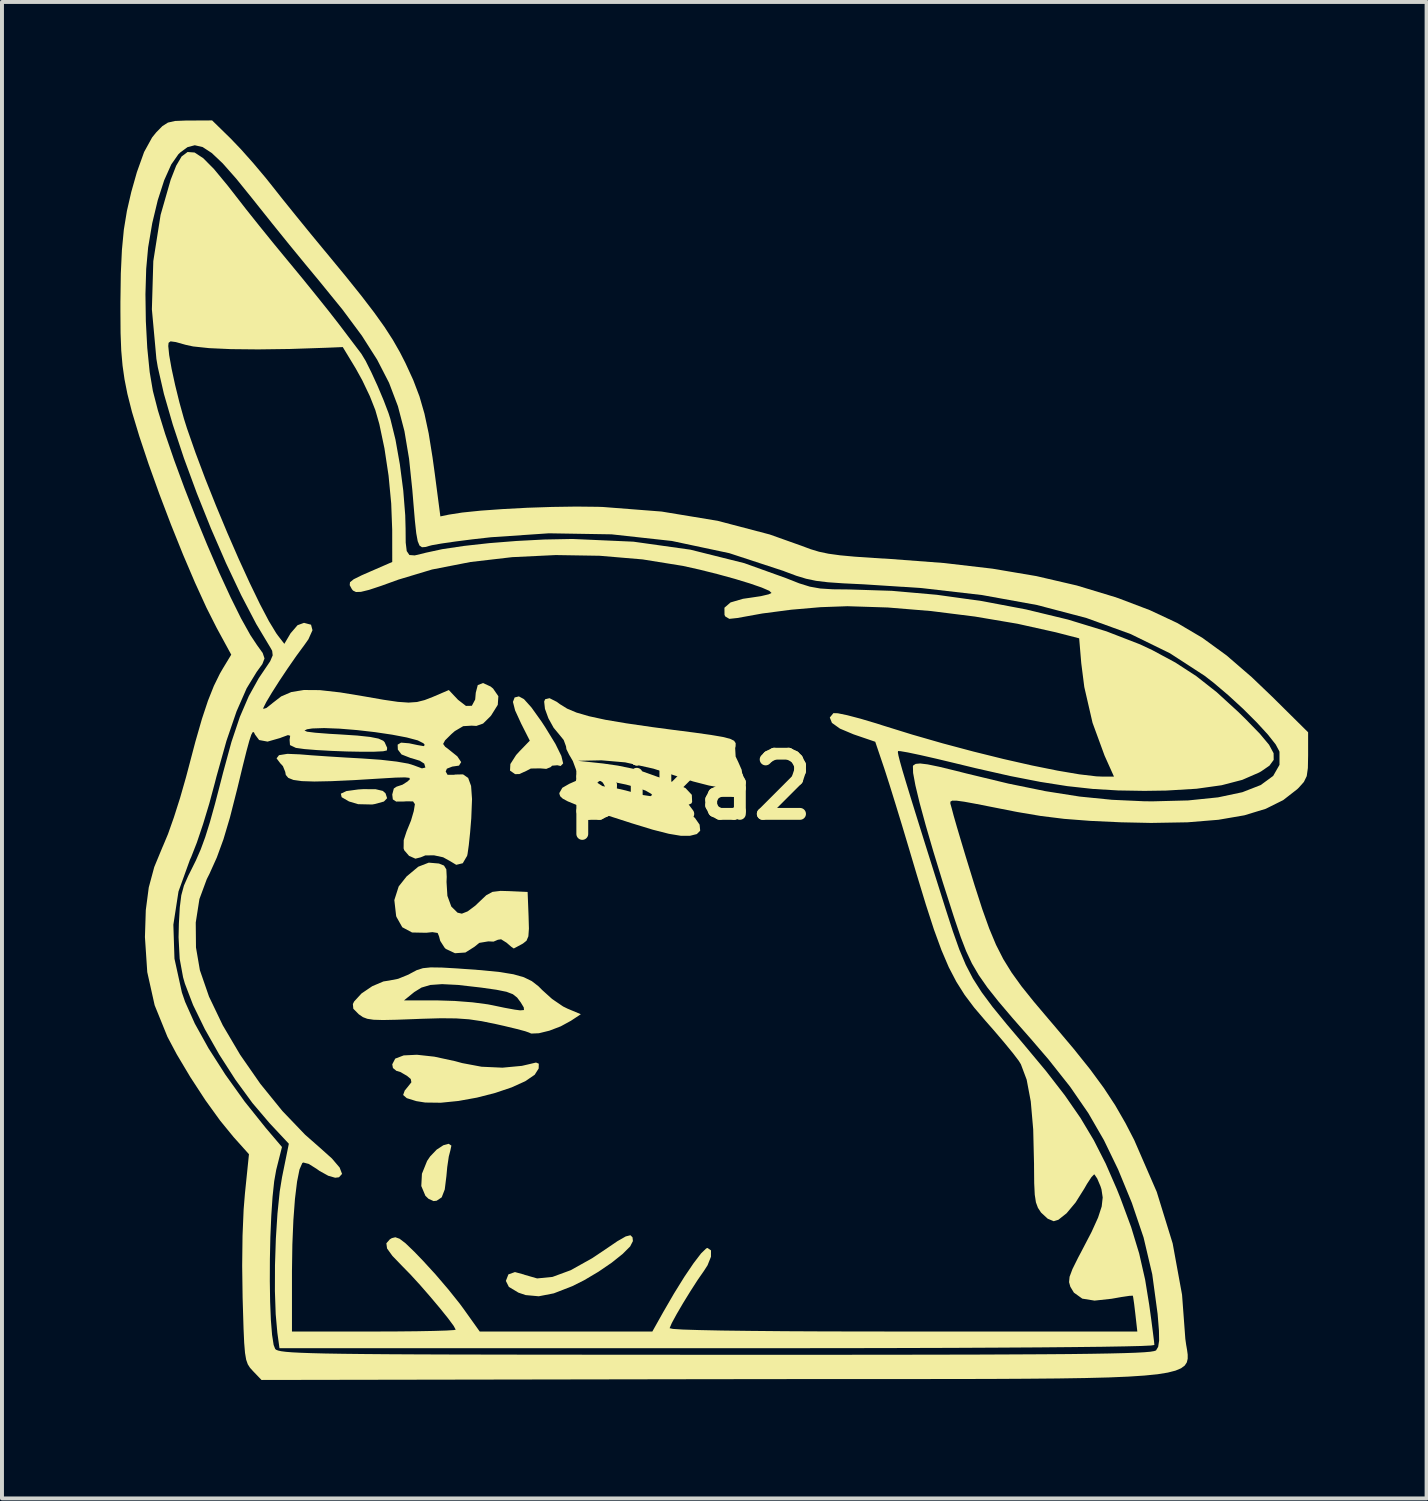
<source format=kicad_pcb>
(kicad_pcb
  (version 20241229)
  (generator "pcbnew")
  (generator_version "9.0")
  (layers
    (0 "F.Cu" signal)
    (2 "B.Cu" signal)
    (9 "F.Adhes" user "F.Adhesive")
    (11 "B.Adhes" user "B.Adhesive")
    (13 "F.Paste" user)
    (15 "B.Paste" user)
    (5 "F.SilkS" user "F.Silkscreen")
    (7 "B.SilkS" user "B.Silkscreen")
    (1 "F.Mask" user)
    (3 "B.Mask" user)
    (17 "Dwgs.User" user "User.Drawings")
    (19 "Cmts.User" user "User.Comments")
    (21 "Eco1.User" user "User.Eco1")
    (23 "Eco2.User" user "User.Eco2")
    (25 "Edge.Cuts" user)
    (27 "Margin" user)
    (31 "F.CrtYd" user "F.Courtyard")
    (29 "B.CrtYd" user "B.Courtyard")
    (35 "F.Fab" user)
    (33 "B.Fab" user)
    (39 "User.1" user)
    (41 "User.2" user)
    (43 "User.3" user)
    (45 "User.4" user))
  (footprint "pika2"
    (layer "F.Cu")
    (at 14.42 16.875)
    (property "Reference" "pika2" (at 0 0 0) (layer "F.SilkS") (effects (font (size 1.524 1.524) (thickness 0.3))))
    (attr board_only exclude_from_pos_files exclude_from_bom)
    (fp_poly (pts (xy -7.955 0.065) (xy -7.773 0.108) (xy -7.705 0.169) (xy -7.665 0.293) (xy -7.746 0.377) (xy -7.97 0.439) (xy -8.043 0.452) (xy -8.399 0.444) (xy -8.63 0.375) (xy -8.816 0.267) (xy -8.837 0.178) (xy -8.696 0.112) (xy -8.397 0.071) (xy -8.269 0.063)) (stroke (width 0) (type solid)) (fill yes) (layer "F.SilkS"))
    (fp_poly (pts (xy -6.037 9.092) (xy -6.061 9.207) (xy -6.103 9.37) (xy -6.142 9.635) (xy -6.163 9.864) (xy -6.205 10.203) (xy -6.282 10.402) (xy -6.41 10.488) (xy -6.488 10.497) (xy -6.615 10.44) (xy -6.695 10.364) (xy -6.799 10.116) (xy -6.783 9.805) (xy -6.652 9.48) (xy -6.574 9.365) (xy -6.409 9.193) (xy -6.241 9.083) (xy -6.105 9.046)) (stroke (width 0) (type solid)) (fill yes) (layer "F.SilkS"))
    (fp_poly (pts (xy -1.449 11.415) (xy -1.439 11.51) (xy -1.509 11.646) (xy -1.699 11.836) (xy -1.976 12.057) (xy -2.311 12.286) (xy -2.671 12.5) (xy -2.974 12.652) (xy -3.443 12.834) (xy -3.824 12.908) (xy -4.156 12.878) (xy -4.339 12.816) (xy -4.581 12.671) (xy -4.657 12.519) (xy -4.593 12.354) (xy -4.427 12.295) (xy -4.199 12.357) (xy -4.188 12.363) (xy -3.865 12.456) (xy -3.477 12.418) (xy -3.015 12.248) (xy -2.469 11.943) (xy -2.148 11.728) (xy -1.829 11.511) (xy -1.621 11.392) (xy -1.502 11.362)) (stroke (width 0) (type solid)) (fill yes) (layer "F.SilkS"))
    (fp_poly (pts (xy -4.199 -2.217) (xy -4.011 -2.008) (xy -3.756 -1.652) (xy -3.66 -1.505) (xy -3.402 -1.084) (xy -3.251 -0.777) (xy -3.206 -0.589) (xy -3.269 -0.523) (xy -3.353 -0.542) (xy -3.486 -0.531) (xy -3.52 -0.497) (xy -3.633 -0.45) (xy -3.787 -0.463) (xy -4.025 -0.459) (xy -4.137 -0.4) (xy -4.316 -0.319) (xy -4.424 -0.317) (xy -4.552 -0.407) (xy -4.543 -0.573) (xy -4.398 -0.8) (xy -4.311 -0.896) (xy -4.051 -1.165) (xy -4.269 -1.596) (xy -4.423 -1.931) (xy -4.478 -2.147) (xy -4.435 -2.259) (xy -4.327 -2.286)) (stroke (width 0) (type solid)) (fill yes) (layer "F.SilkS"))
    (fp_poly (pts (xy -6.469 6.839) (xy -5.943 6.953) (xy -5.762 7.002) (xy -5.273 7.094) (xy -4.743 7.118) (xy -4.252 7.072) (xy -4.079 7.032) (xy -3.893 6.988) (xy -3.823 7.017) (xy -3.826 7.136) (xy -3.826 7.138) (xy -3.927 7.298) (xy -4.166 7.461) (xy -4.51 7.617) (xy -4.928 7.758) (xy -5.388 7.876) (xy -5.858 7.961) (xy -6.305 8.006) (xy -6.7 8.001) (xy -6.926 7.965) (xy -7.167 7.89) (xy -7.259 7.81) (xy -7.219 7.698) (xy -7.154 7.619) (xy -7.05 7.488) (xy -7.066 7.405) (xy -7.161 7.325) (xy -7.331 7.227) (xy -7.429 7.199) (xy -7.517 7.127) (xy -7.535 7.034) (xy -7.46 6.889) (xy -7.245 6.807) (xy -6.909 6.791)) (stroke (width 0) (type solid)) (fill yes) (layer "F.SilkS"))
    (fp_poly (pts (xy -6.352 1.947) (xy -6.224 1.999) (xy -6.165 2.095) (xy -6.155 2.286) (xy -6.16 2.414) (xy -6.138 2.766) (xy -6.039 3.037) (xy -5.881 3.192) (xy -5.772 3.217) (xy -5.627 3.16) (xy -5.431 3.014) (xy -5.334 2.921) (xy -5.153 2.75) (xy -4.996 2.665) (xy -4.791 2.64) (xy -4.577 2.646) (xy -4.106 2.667) (xy -4.082 3.276) (xy -4.073 3.596) (xy -4.087 3.79) (xy -4.134 3.902) (xy -4.223 3.973) (xy -4.251 3.989) (xy -4.4 4.069) (xy -4.457 4.099) (xy -4.521 4.055) (xy -4.639 3.953) (xy -4.778 3.866) (xy -4.858 3.878) (xy -4.969 3.925) (xy -5.102 3.919) (xy -5.33 3.957) (xy -5.455 4.058) (xy -5.682 4.201) (xy -5.945 4.219) (xy -6.177 4.111) (xy -6.21 4.078) (xy -6.32 3.906) (xy -6.35 3.79) (xy -6.385 3.706) (xy -6.517 3.685) (xy -6.676 3.701) (xy -7.033 3.694) (xy -7.281 3.561) (xy -7.43 3.296) (xy -7.437 3.269) (xy -7.482 2.873) (xy -7.372 2.528) (xy -7.171 2.274) (xy -6.876 2.028) (xy -6.61 1.925)) (stroke (width 0) (type solid)) (fill yes) (layer "F.SilkS"))
    (fp_poly (pts (xy -6.278 4.582) (xy -5.896 4.604) (xy -5.286 4.648) (xy -4.818 4.695) (xy -4.466 4.752) (xy -4.202 4.827) (xy -4.001 4.925) (xy -3.834 5.054) (xy -3.736 5.152) (xy -3.486 5.378) (xy -3.207 5.568) (xy -3.093 5.624) (xy -2.758 5.764) (xy -3.009 5.93) (xy -3.267 6.071) (xy -3.555 6.181) (xy -3.821 6.246) (xy -4.015 6.254) (xy -4.073 6.228) (xy -4.167 6.195) (xy -4.388 6.136) (xy -4.7 6.061) (xy -4.913 6.013) (xy -5.271 5.94) (xy -5.59 5.893) (xy -5.917 5.87) (xy -6.303 5.866) (xy -6.796 5.88) (xy -6.943 5.886) (xy -7.426 5.904) (xy -7.771 5.911) (xy -8.008 5.904) (xy -8.167 5.88) (xy -8.278 5.838) (xy -8.372 5.773) (xy -8.382 5.766) (xy -8.521 5.625) (xy -8.532 5.506) (xy -8.501 5.443) (xy -8.475 5.414) (xy -7.237 5.414) (xy -6.391 5.414) (xy -5.95 5.428) (xy -5.5 5.463) (xy -5.114 5.514) (xy -4.995 5.537) (xy -4.689 5.601) (xy -4.433 5.648) (xy -4.295 5.666) (xy -4.198 5.658) (xy -4.204 5.591) (xy -4.281 5.464) (xy -4.372 5.342) (xy -4.48 5.257) (xy -4.641 5.196) (xy -4.892 5.145) (xy -5.27 5.091) (xy -5.338 5.083) (xy -5.873 5.022) (xy -6.273 5.002) (xy -6.57 5.023) (xy -6.794 5.089) (xy -6.976 5.202) (xy -6.984 5.208) (xy -7.237 5.414) (xy -8.475 5.414) (xy -8.313 5.238) (xy -8.041 5.054) (xy -7.759 4.934) (xy -7.612 4.911) (xy -7.386 4.867) (xy -7.124 4.76) (xy -7.068 4.729) (xy -6.913 4.647) (xy -6.758 4.598) (xy -6.561 4.578)) (stroke (width 0) (type solid)) (fill yes) (layer "F.SilkS"))
    (fp_poly (pts (xy -3.369 -2.149) (xy -3.284 -2.087) (xy -3.105 -1.976) (xy -2.867 -1.876) (xy -2.551 -1.784) (xy -2.137 -1.694) (xy -1.605 -1.604) (xy -0.936 -1.507) (xy -0.447 -1.442) (xy 0.12 -1.369) (xy 0.539 -1.31) (xy 0.832 -1.26) (xy 1.02 -1.213) (xy 1.124 -1.162) (xy 1.164 -1.101) (xy 1.162 -1.024) (xy 1.151 -0.976) (xy 1.163 -0.762) (xy 1.227 -0.628) (xy 1.315 -0.428) (xy 1.352 -0.184) (xy 1.355 0.097) (xy 0.868 0.039) (xy 0.489 -0.028) (xy 0.085 -0.132) (xy -0.085 -0.187) (xy -0.92 -0.456) (xy -1.634 -0.615) (xy -2.235 -0.667) (xy -2.28 -0.666) (xy -2.836 -0.655) (xy -2.197 -0.587) (xy -1.821 -0.533) (xy -1.454 -0.458) (xy -1.181 -0.38) (xy -0.854 -0.263) (xy -0.498 -0.138) (xy -0.403 -0.105) (xy -0.106 0.037) (xy 0.053 0.207) (xy 0.061 0.387) (xy 0.041 0.426) (xy -0.074 0.477) (xy -0.176 0.463) (xy -0.316 0.437) (xy -0.32 0.479) (xy -0.199 0.571) (xy -0.08 0.637) (xy 0.129 0.789) (xy 0.25 0.962) (xy 0.265 1.116) (xy 0.18 1.201) (xy 0.005 1.245) (xy -0.223 1.245) (xy -0.529 1.194) (xy -0.937 1.09) (xy -1.473 0.926) (xy -1.566 0.896) (xy -2.14 0.711) (xy -2.572 0.567) (xy -2.882 0.457) (xy -3.09 0.372) (xy -3.216 0.304) (xy -3.28 0.244) (xy -3.301 0.184) (xy -3.302 0.161) (xy -3.227 0.029) (xy -3.052 -0.071) (xy -2.985 -0.101) (xy -2.338 -0.101) (xy -2.334 -0.094) (xy -2.211 -0.015) (xy -2.091 0.007) (xy -1.896 0.034) (xy -1.628 0.095) (xy -1.524 0.123) (xy -1.18 0.213) (xy -0.991 0.241) (xy -0.952 0.209) (xy -0.978 0.18) (xy -1.118 0.1) (xy -1.343 0.019) (xy -1.614 -0.053) (xy -1.89 -0.11) (xy -2.129 -0.142) (xy -2.292 -0.142) (xy -2.338 -0.101) (xy -2.985 -0.101) (xy -2.887 -0.144) (xy -2.841 -0.245) (xy -2.881 -0.433) (xy -2.96 -0.648) (xy -3.043 -0.791) (xy -3.047 -0.794) (xy -3.124 -0.951) (xy -3.133 -1.02) (xy -3.192 -1.181) (xy -3.29 -1.302) (xy -3.447 -1.491) (xy -3.58 -1.732) (xy -3.667 -1.971) (xy -3.687 -2.155) (xy -3.662 -2.214) (xy -3.551 -2.241)) (stroke (width 0) (type solid)) (fill yes) (layer "F.SilkS"))
    (fp_poly (pts (xy -11.628 -16.417) (xy -11.366 -16.143) (xy -11.053 -15.791) (xy -10.739 -15.418) (xy -10.597 -15.24) (xy -10.324 -14.895) (xy -9.983 -14.472) (xy -9.616 -14.021) (xy -9.263 -13.593) (xy -9.224 -13.547) (xy -8.722 -12.938) (xy -8.317 -12.433) (xy -7.993 -12.01) (xy -7.732 -11.645) (xy -7.52 -11.317) (xy -7.34 -11.002) (xy -7.202 -10.732) (xy -7.003 -10.299) (xy -6.845 -9.884) (xy -6.719 -9.447) (xy -6.612 -8.947) (xy -6.515 -8.343) (xy -6.458 -7.931) (xy -6.316 -6.845) (xy -6.1 -6.89) (xy -5.762 -6.943) (xy -5.294 -6.991) (xy -4.732 -7.031) (xy -4.116 -7.064) (xy -3.485 -7.085) (xy -2.875 -7.094) (xy -2.326 -7.088) (xy -2.201 -7.084) (xy -0.712 -6.968) (xy 0.705 -6.734) (xy 2.027 -6.387) (xy 2.836 -6.099) (xy 3.061 -6.015) (xy 3.276 -5.95) (xy 3.514 -5.9) (xy 3.805 -5.86) (xy 4.182 -5.825) (xy 4.675 -5.791) (xy 5.08 -5.767) (xy 6.444 -5.664) (xy 7.669 -5.521) (xy 8.781 -5.333) (xy 9.805 -5.095) (xy 10.769 -4.803) (xy 10.866 -4.77) (xy 11.655 -4.47) (xy 12.347 -4.146) (xy 12.981 -3.772) (xy 13.596 -3.325) (xy 14.231 -2.777) (xy 14.753 -2.278) (xy 15.663 -1.377) (xy 15.663 -0.79) (xy 15.657 -0.472) (xy 15.628 -0.267) (xy 15.556 -0.119) (xy 15.425 0.028) (xy 15.388 0.064) (xy 15.032 0.341) (xy 14.59 0.561) (xy 14.048 0.726) (xy 13.392 0.839) (xy 12.609 0.903) (xy 11.685 0.919) (xy 10.927 0.903) (xy 10.147 0.867) (xy 9.485 0.816) (xy 8.887 0.742) (xy 8.302 0.643) (xy 8.255 0.634) (xy 7.683 0.521) (xy 7.256 0.437) (xy 6.956 0.382) (xy 6.76 0.355) (xy 6.65 0.354) (xy 6.603 0.379) (xy 6.601 0.428) (xy 6.622 0.501) (xy 6.638 0.558) (xy 6.685 0.736) (xy 6.77 1.032) (xy 6.881 1.405) (xy 6.993 1.778) (xy 7.218 2.507) (xy 7.41 3.103) (xy 7.585 3.592) (xy 7.757 4.004) (xy 7.941 4.366) (xy 8.152 4.708) (xy 8.404 5.058) (xy 8.713 5.443) (xy 9.093 5.892) (xy 9.211 6.03) (xy 9.726 6.641) (xy 10.144 7.163) (xy 10.487 7.63) (xy 10.777 8.071) (xy 11.036 8.521) (xy 11.258 8.95) (xy 11.829 10.264) (xy 12.232 11.569) (xy 12.47 12.87) (xy 12.541 13.824) (xy 12.553 13.987) (xy 12.574 14.135) (xy 12.597 14.267) (xy 12.613 14.385) (xy 12.613 14.49) (xy 12.591 14.582) (xy 12.538 14.663) (xy 12.445 14.732) (xy 12.305 14.791) (xy 12.109 14.841) (xy 11.851 14.883) (xy 11.52 14.916) (xy 11.11 14.943) (xy 10.612 14.964) (xy 10.019 14.979) (xy 9.321 14.99) (xy 8.512 14.997) (xy 7.582 15.002) (xy 6.524 15.004) (xy 5.33 15.005) (xy 3.992 15.005) (xy 2.501 15.006) (xy 0.85 15.008) (xy 0.691 15.008) (xy -10.846 15.028) (xy -11.063 14.802) (xy -11.138 14.719) (xy -11.194 14.631) (xy -11.235 14.514) (xy -11.264 14.342) (xy -11.285 14.089) (xy -11.301 13.731) (xy -11.316 13.241) (xy -11.325 12.939) (xy -11.336 12.134) (xy -11.327 11.376) (xy -11.299 10.709) (xy -11.266 10.306) (xy -11.164 9.31) (xy -11.553 8.876) (xy -11.894 8.459) (xy -12.27 7.938) (xy -12.647 7.36) (xy -12.994 6.778) (xy -13.229 6.336) (xy -13.553 5.536) (xy -13.74 4.698) (xy -13.799 3.81) (xy -13.777 3.126) (xy -13.702 2.553) (xy -13.563 2.036) (xy -13.351 1.523) (xy -13.344 1.509) (xy -13.215 1.201) (xy -13.065 0.776) (xy -12.908 0.283) (xy -12.761 -0.231) (xy -12.71 -0.423) (xy -12.521 -1.14) (xy -12.355 -1.717) (xy -12.202 -2.178) (xy -12.053 -2.552) (xy -11.901 -2.862) (xy -11.818 -3.005) (xy -11.613 -3.343) (xy -11.982 -4.021) (xy -12.241 -4.534) (xy -12.529 -5.164) (xy -12.833 -5.876) (xy -13.139 -6.637) (xy -13.434 -7.413) (xy -13.706 -8.17) (xy -13.941 -8.874) (xy -14.127 -9.49) (xy -14.243 -9.948) (xy -14.316 -10.316) (xy -14.366 -10.667) (xy -14.399 -11.044) (xy -14.416 -11.489) (xy -14.42 -12.045) (xy -14.42 -12.277) (xy -14.417 -12.473) (xy -13.786 -12.473) (xy -13.776 -11.789) (xy -13.74 -11.114) (xy -13.679 -10.502) (xy -13.598 -10.024) (xy -13.47 -9.528) (xy -13.287 -8.935) (xy -13.059 -8.271) (xy -12.798 -7.562) (xy -12.514 -6.834) (xy -12.218 -6.115) (xy -11.921 -5.429) (xy -11.633 -4.804) (xy -11.366 -4.265) (xy -11.129 -3.84) (xy -10.962 -3.588) (xy -10.816 -3.385) (xy -10.77 -3.247) (xy -10.824 -3.106) (xy -10.967 -2.909) (xy -11.222 -2.492) (xy -11.478 -1.908) (xy -11.734 -1.16) (xy -11.989 -0.249) (xy -12.026 -0.104) (xy -12.168 0.425) (xy -12.326 0.947) (xy -12.483 1.414) (xy -12.625 1.777) (xy -12.66 1.854) (xy -12.949 2.655) (xy -13.079 3.497) (xy -13.051 4.357) (xy -12.863 5.213) (xy -12.781 5.452) (xy -12.536 6.001) (xy -12.188 6.628) (xy -11.759 7.298) (xy -11.272 7.978) (xy -10.749 8.631) (xy -10.735 8.648) (xy -10.328 9.127) (xy -10.474 9.707) (xy -10.525 9.995) (xy -10.567 10.393) (xy -10.599 10.874) (xy -10.622 11.408) (xy -10.634 11.967) (xy -10.636 12.522) (xy -10.628 13.046) (xy -10.609 13.51) (xy -10.579 13.884) (xy -10.539 14.141) (xy -10.499 14.244) (xy -10.472 14.265) (xy -10.424 14.283) (xy -10.347 14.3) (xy -10.232 14.315) (xy -10.07 14.328) (xy -9.853 14.339) (xy -9.573 14.349) (xy -9.22 14.358) (xy -8.786 14.365) (xy -8.262 14.371) (xy -7.641 14.376) (xy -6.912 14.38) (xy -6.069 14.383) (xy -5.101 14.385) (xy -4.001 14.387) (xy -2.76 14.388) (xy -1.37 14.389) (xy 0.179 14.39) (xy 0.662 14.39) (xy 2.289 14.39) (xy 3.754 14.39) (xy 5.066 14.389) (xy 6.232 14.387) (xy 7.261 14.385) (xy 8.161 14.381) (xy 8.94 14.377) (xy 9.605 14.372) (xy 10.165 14.365) (xy 10.628 14.357) (xy 11.001 14.348) (xy 11.293 14.338) (xy 11.512 14.326) (xy 11.665 14.313) (xy 11.761 14.297) (xy 11.808 14.281) (xy 11.812 14.278) (xy 11.865 14.188) (xy 11.889 14.032) (xy 11.885 13.778) (xy 11.854 13.392) (xy 11.851 13.355) (xy 11.715 12.35) (xy 11.496 11.421) (xy 11.198 10.541) (xy 10.851 9.697) (xy 10.492 8.955) (xy 10.096 8.27) (xy 9.635 7.601) (xy 9.083 6.904) (xy 8.636 6.384) (xy 8.179 5.864) (xy 7.819 5.44) (xy 7.539 5.087) (xy 7.321 4.775) (xy 7.147 4.477) (xy 7.001 4.166) (xy 6.865 3.813) (xy 6.722 3.392) (xy 6.682 3.271) (xy 6.409 2.419) (xy 6.173 1.65) (xy 5.977 0.977) (xy 5.823 0.412) (xy 5.716 -0.033) (xy 5.658 -0.347) (xy 5.653 -0.517) (xy 5.662 -0.538) (xy 5.724 -0.577) (xy 5.837 -0.587) (xy 6.027 -0.564) (xy 6.318 -0.504) (xy 6.735 -0.403) (xy 7.007 -0.334) (xy 8.069 -0.078) (xy 9.013 0.115) (xy 9.876 0.251) (xy 10.696 0.333) (xy 11.509 0.37) (xy 11.726 0.372) (xy 12.625 0.349) (xy 13.383 0.271) (xy 13.997 0.141) (xy 14.463 -0.041) (xy 14.778 -0.272) (xy 14.938 -0.552) (xy 14.938 -0.879) (xy 14.934 -0.896) (xy 14.841 -1.07) (xy 14.64 -1.324) (xy 14.357 -1.632) (xy 14.018 -1.97) (xy 13.647 -2.311) (xy 13.27 -2.631) (xy 13.039 -2.81) (xy 12.164 -3.378) (xy 11.169 -3.865) (xy 10.047 -4.272) (xy 8.795 -4.601) (xy 7.405 -4.853) (xy 5.872 -5.03) (xy 4.403 -5.125) (xy 3.887 -5.15) (xy 3.5 -5.177) (xy 3.201 -5.213) (xy 2.948 -5.266) (xy 2.701 -5.341) (xy 2.419 -5.446) (xy 2.371 -5.465) (xy 1.002 -5.914) (xy -0.452 -6.223) (xy -1.98 -6.391) (xy -3.568 -6.417) (xy -5.038 -6.317) (xy -5.507 -6.264) (xy -5.937 -6.209) (xy -6.29 -6.158) (xy -6.528 -6.116) (xy -6.583 -6.102) (xy -6.697 -6.07) (xy -6.782 -6.064) (xy -6.844 -6.106) (xy -6.89 -6.217) (xy -6.927 -6.419) (xy -6.961 -6.734) (xy -6.999 -7.183) (xy -7.026 -7.512) (xy -7.109 -8.307) (xy -7.226 -9.005) (xy -7.391 -9.636) (xy -7.616 -10.229) (xy -7.917 -10.814) (xy -8.304 -11.422) (xy -8.793 -12.081) (xy -9.395 -12.821) (xy -9.4 -12.827) (xy -9.744 -13.242) (xy -10.149 -13.736) (xy -10.569 -14.256) (xy -10.961 -14.747) (xy -11.068 -14.882) (xy -11.487 -15.4) (xy -11.828 -15.786) (xy -12.106 -16.049) (xy -12.337 -16.2) (xy -12.536 -16.246) (xy -12.72 -16.198) (xy -12.903 -16.064) (xy -12.952 -16.017) (xy -13.133 -15.758) (xy -13.311 -15.36) (xy -13.474 -14.855) (xy -13.614 -14.272) (xy -13.718 -13.658) (xy -13.767 -13.114) (xy -13.786 -12.473) (xy -14.417 -12.473) (xy -14.41 -12.999) (xy -14.382 -13.595) (xy -14.333 -14.11) (xy -14.255 -14.585) (xy -14.144 -15.066) (xy -14.003 -15.564) (xy -13.82 -16.075) (xy -13.618 -16.442) (xy -13.516 -16.569) (xy -13.358 -16.73) (xy -13.217 -16.82) (xy -13.035 -16.861) (xy -12.756 -16.872) (xy -12.669 -16.872) (xy -12.097 -16.875)) (stroke (width 0) (type solid)) (fill yes) (layer "F.SilkS"))
    (fp_poly (pts (xy -12.541 -16.062) (xy -12.322 -15.918) (xy -12.048 -15.641) (xy -11.705 -15.226) (xy -11.485 -14.944) (xy -11.233 -14.62) (xy -10.909 -14.214) (xy -10.554 -13.775) (xy -10.204 -13.35) (xy -10.144 -13.278) (xy -9.806 -12.868) (xy -9.461 -12.442) (xy -9.144 -12.046) (xy -8.893 -11.724) (xy -8.851 -11.669) (xy -8.637 -11.386) (xy -8.458 -11.15) (xy -8.342 -10.997) (xy -8.317 -10.964) (xy -8.209 -10.785) (xy -8.065 -10.496) (xy -7.905 -10.147) (xy -7.753 -9.786) (xy -7.63 -9.463) (xy -7.582 -9.313) (xy -7.453 -8.789) (xy -7.342 -8.163) (xy -7.256 -7.502) (xy -7.206 -6.874) (xy -7.197 -6.54) (xy -7.194 -6.182) (xy -7.168 -5.967) (xy -7.1 -5.867) (xy -6.966 -5.857) (xy -6.744 -5.909) (xy -6.689 -5.924) (xy -6.269 -6.015) (xy -5.72 -6.097) (xy -5.079 -6.168) (xy -4.386 -6.223) (xy -3.679 -6.26) (xy -2.998 -6.273) (xy -2.963 -6.273) (xy -1.426 -6.205) (xy 0.019 -6.002) (xy 1.382 -5.661) (xy 2.435 -5.283) (xy 2.772 -5.15) (xy 3.042 -5.066) (xy 3.305 -5.019) (xy 3.622 -4.999) (xy 4.025 -4.995) (xy 5.12 -4.96) (xy 6.255 -4.86) (xy 7.399 -4.701) (xy 8.518 -4.489) (xy 9.581 -4.232) (xy 10.554 -3.934) (xy 11.406 -3.604) (xy 11.713 -3.46) (xy 12.302 -3.143) (xy 12.83 -2.8) (xy 13.345 -2.395) (xy 13.892 -1.895) (xy 14.079 -1.712) (xy 14.438 -1.343) (xy 14.673 -1.062) (xy 14.789 -0.847) (xy 14.791 -0.678) (xy 14.684 -0.532) (xy 14.475 -0.388) (xy 14.42 -0.357) (xy 13.995 -0.172) (xy 13.473 -0.036) (xy 12.838 0.053) (xy 12.068 0.099) (xy 11.515 0.107) (xy 10.85 0.096) (xy 10.212 0.058) (xy 9.565 -0.013) (xy 8.878 -0.121) (xy 8.115 -0.27) (xy 7.245 -0.467) (xy 6.7 -0.599) (xy 6.24 -0.709) (xy 5.841 -0.8) (xy 5.528 -0.866) (xy 5.331 -0.9) (xy 5.276 -0.901) (xy 5.272 -0.869) (xy 5.287 -0.786) (xy 5.324 -0.64) (xy 5.386 -0.419) (xy 5.478 -0.111) (xy 5.603 0.298) (xy 5.765 0.82) (xy 5.967 1.466) (xy 6.214 2.25) (xy 6.483 3.102) (xy 6.665 3.665) (xy 6.828 4.124) (xy 6.991 4.511) (xy 7.173 4.861) (xy 7.393 5.205) (xy 7.671 5.579) (xy 8.026 6.014) (xy 8.437 6.499) (xy 9.021 7.199) (xy 9.501 7.819) (xy 9.899 8.394) (xy 10.236 8.958) (xy 10.535 9.546) (xy 10.817 10.192) (xy 10.906 10.414) (xy 11.181 11.157) (xy 11.384 11.825) (xy 11.535 12.488) (xy 11.638 13.123) (xy 11.691 13.507) (xy 11.733 13.831) (xy 11.761 14.056) (xy 11.769 14.142) (xy 11.685 14.155) (xy 11.435 14.167) (xy 11.022 14.177) (xy 10.45 14.187) (xy 9.723 14.195) (xy 8.843 14.203) (xy 7.814 14.209) (xy 6.639 14.215) (xy 5.323 14.219) (xy 3.867 14.222) (xy 2.277 14.223) (xy 0.689 14.224) (xy -10.391 14.224) (xy -10.445 13.831) (xy -10.487 13.361) (xy -10.507 12.775) (xy -10.505 12.122) (xy -10.483 11.452) (xy -10.442 10.812) (xy -10.385 10.253) (xy -10.326 9.891) (xy -10.154 9.045) (xy -10.646 8.519) (xy -11.076 8.013) (xy -11.507 7.423) (xy -11.916 6.787) (xy -12.281 6.143) (xy -12.58 5.53) (xy -12.788 4.986) (xy -12.833 4.828) (xy -12.919 4.359) (xy -12.947 3.816) (xy -12.939 3.465) (xy -12.916 3.053) (xy -12.878 2.752) (xy -12.811 2.506) (xy -12.702 2.258) (xy -12.647 2.149) (xy -12.508 1.869) (xy -12.386 1.59) (xy -12.272 1.279) (xy -12.155 0.905) (xy -12.025 0.438) (xy -11.871 -0.154) (xy -11.819 -0.357) (xy -11.608 -1.131) (xy -11.395 -1.766) (xy -11.168 -2.294) (xy -10.916 -2.747) (xy -10.784 -2.943) (xy -10.627 -3.176) (xy -10.563 -3.326) (xy -10.576 -3.44) (xy -10.615 -3.511) (xy -10.979 -4.119) (xy -11.36 -4.848) (xy -11.746 -5.663) (xy -12.125 -6.535) (xy -12.484 -7.431) (xy -12.811 -8.319) (xy -13.093 -9.169) (xy -13.318 -9.948) (xy -13.473 -10.624) (xy -13.509 -10.837) (xy -13.538 -11.16) (xy -13.208 -11.16) (xy -13.185 -10.931) (xy -13.124 -10.587) (xy -13.034 -10.172) (xy -12.926 -9.734) (xy -12.811 -9.319) (xy -12.734 -9.075) (xy -12.52 -8.462) (xy -12.271 -7.799) (xy -11.997 -7.112) (xy -11.711 -6.426) (xy -11.423 -5.766) (xy -11.144 -5.157) (xy -10.886 -4.624) (xy -10.659 -4.192) (xy -10.474 -3.887) (xy -10.425 -3.819) (xy -10.268 -3.617) (xy -10.111 -3.883) (xy -9.934 -4.089) (xy -9.77 -4.149) (xy -9.592 -4.102) (xy -9.555 -3.963) (xy -9.658 -3.733) (xy -9.756 -3.594) (xy -9.964 -3.311) (xy -10.184 -2.994) (xy -10.398 -2.673) (xy -10.585 -2.379) (xy -10.725 -2.144) (xy -10.798 -1.999) (xy -10.802 -1.968) (xy -10.722 -1.993) (xy -10.58 -2.105) (xy -10.568 -2.116) (xy -10.348 -2.286) (xy -10.092 -2.396) (xy -9.774 -2.448) (xy -9.37 -2.445) (xy -8.853 -2.387) (xy -8.248 -2.287) (xy -7.756 -2.201) (xy -7.393 -2.148) (xy -7.122 -2.129) (xy -6.908 -2.144) (xy -6.714 -2.193) (xy -6.503 -2.275) (xy -6.487 -2.282) (xy -6.102 -2.447) (xy -5.87 -2.201) (xy -5.668 -2.045) (xy -5.519 -2.048) (xy -5.434 -2.207) (xy -5.419 -2.381) (xy -5.369 -2.572) (xy -5.237 -2.625) (xy -5.043 -2.536) (xy -4.981 -2.485) (xy -4.847 -2.291) (xy -4.862 -2.072) (xy -5.028 -1.806) (xy -5.052 -1.777) (xy -5.234 -1.598) (xy -5.405 -1.538) (xy -5.523 -1.545) (xy -5.738 -1.532) (xy -5.95 -1.407) (xy -6.036 -1.332) (xy -6.197 -1.173) (xy -6.246 -1.082) (xy -6.194 -1.01) (xy -6.136 -0.968) (xy -5.887 -0.768) (xy -5.789 -0.622) (xy -5.844 -0.533) (xy -6.016 -0.508) (xy -6.151 -0.455) (xy -6.181 -0.383) (xy -6.134 -0.3) (xy -5.974 -0.3) (xy -5.934 -0.307) (xy -5.742 -0.311) (xy -5.612 -0.221) (xy -5.538 -0.018) (xy -5.514 0.314) (xy -5.533 0.794) (xy -5.533 0.799) (xy -5.563 1.164) (xy -5.596 1.482) (xy -5.627 1.701) (xy -5.638 1.751) (xy -5.749 1.94) (xy -5.914 1.98) (xy -6.077 1.882) (xy -6.246 1.789) (xy -6.479 1.739) (xy -6.698 1.742) (xy -6.814 1.79) (xy -6.948 1.824) (xy -7.109 1.753) (xy -7.23 1.613) (xy -7.247 1.565) (xy -7.244 1.353) (xy -7.171 1.131) (xy -7.06 0.86) (xy -6.99 0.62) (xy -6.961 0.443) (xy -7.008 0.374) (xy -7.173 0.371) (xy -7.234 0.376) (xy -7.435 0.378) (xy -7.52 0.323) (xy -7.535 0.2) (xy -7.495 0.047) (xy -7.425 0) (xy -7.276 -0.049) (xy -7.149 -0.13) (xy -7.087 -0.189) (xy -7.101 -0.223) (xy -7.214 -0.235) (xy -7.45 -0.229) (xy -7.789 -0.209) (xy -8.508 -0.165) (xy -9.076 -0.139) (xy -9.509 -0.13) (xy -9.824 -0.14) (xy -10.038 -0.17) (xy -10.168 -0.222) (xy -10.231 -0.296) (xy -10.245 -0.374) (xy -10.304 -0.52) (xy -10.371 -0.592) (xy -10.465 -0.717) (xy -10.403 -0.797) (xy -10.19 -0.831) (xy -9.874 -0.818) (xy -9.578 -0.794) (xy -9.17 -0.766) (xy -8.707 -0.737) (xy -8.297 -0.714) (xy -7.827 -0.681) (xy -7.424 -0.635) (xy -7.126 -0.583) (xy -6.992 -0.541) (xy -6.783 -0.463) (xy -6.695 -0.484) (xy -6.725 -0.584) (xy -6.839 -0.657) (xy -7.043 -0.72) (xy -7.065 -0.724) (xy -7.3 -0.816) (xy -7.393 -0.939) (xy -7.398 -1.064) (xy -7.311 -1.115) (xy -7.107 -1.098) (xy -6.899 -1.054) (xy -6.736 -1.026) (xy -6.712 -1.058) (xy -6.745 -1.099) (xy -6.889 -1.172) (xy -7.167 -1.246) (xy -7.54 -1.317) (xy -7.972 -1.381) (xy -8.427 -1.433) (xy -8.868 -1.469) (xy -9.259 -1.484) (xy -9.562 -1.474) (xy -9.694 -1.453) (xy -9.758 -1.421) (xy -9.692 -1.392) (xy -9.484 -1.366) (xy -9.123 -1.338) (xy -8.89 -1.325) (xy -8.42 -1.294) (xy -8.093 -1.259) (xy -7.883 -1.217) (xy -7.764 -1.163) (xy -7.729 -1.128) (xy -7.664 -0.984) (xy -7.671 -0.917) (xy -7.766 -0.896) (xy -7.992 -0.885) (xy -8.311 -0.884) (xy -8.685 -0.891) (xy -9.076 -0.906) (xy -9.447 -0.927) (xy -9.76 -0.952) (xy -9.976 -0.982) (xy -9.978 -0.983) (xy -10.125 -1.053) (xy -10.135 -1.187) (xy -10.12 -1.289) (xy -10.176 -1.306) (xy -10.343 -1.245) (xy -10.375 -1.232) (xy -10.693 -1.141) (xy -10.907 -1.181) (xy -11.011 -1.32) (xy -11.038 -1.377) (xy -11.067 -1.383) (xy -11.104 -1.318) (xy -11.155 -1.164) (xy -11.226 -0.903) (xy -11.323 -0.516) (xy -11.451 0.014) (xy -11.473 0.102) (xy -11.646 0.782) (xy -11.81 1.333) (xy -11.979 1.796) (xy -12.166 2.211) (xy -12.232 2.341) (xy -12.419 2.847) (xy -12.512 3.442) (xy -12.506 4.073) (xy -12.407 4.65) (xy -12.176 5.318) (xy -11.828 6.044) (xy -11.386 6.793) (xy -10.875 7.528) (xy -10.318 8.215) (xy -9.74 8.818) (xy -9.389 9.126) (xy -9.063 9.418) (xy -8.867 9.648) (xy -8.806 9.809) (xy -8.884 9.894) (xy -8.98 9.906) (xy -9.155 9.856) (xy -9.379 9.732) (xy -9.45 9.681) (xy -9.649 9.556) (xy -9.787 9.52) (xy -9.813 9.533) (xy -9.884 9.696) (xy -9.946 10.006) (xy -9.999 10.441) (xy -10.039 10.979) (xy -10.065 11.598) (xy -10.075 12.275) (xy -10.075 12.314) (xy -10.075 13.801) (xy -8.001 13.801) (xy -7.429 13.799) (xy -6.917 13.794) (xy -6.488 13.786) (xy -6.166 13.776) (xy -5.973 13.764) (xy -5.927 13.754) (xy -5.98 13.657) (xy -6.122 13.465) (xy -6.328 13.209) (xy -6.572 12.919) (xy -6.829 12.624) (xy -7.074 12.356) (xy -7.273 12.153) (xy -7.531 11.885) (xy -7.666 11.698) (xy -7.684 11.566) (xy -7.596 11.466) (xy -7.545 11.435) (xy -7.456 11.413) (xy -7.349 11.451) (xy -7.196 11.568) (xy -6.974 11.782) (xy -6.76 12.004) (xy -6.44 12.353) (xy -6.112 12.737) (xy -5.828 13.092) (xy -5.727 13.229) (xy -5.319 13.801) (xy -0.947 13.801) (xy -0.674 13.314) (xy -0.397 12.836) (xy -0.135 12.414) (xy 0.098 12.07) (xy 0.287 11.823) (xy 0.417 11.697) (xy 0.45 11.684) (xy 0.539 11.746) (xy 0.538 11.907) (xy 0.451 12.124) (xy 0.361 12.264) (xy 0.202 12.493) (xy 0.018 12.779) (xy -0.168 13.081) (xy -0.333 13.363) (xy -0.454 13.586) (xy -0.507 13.71) (xy -0.508 13.717) (xy -0.424 13.735) (xy -0.174 13.751) (xy 0.238 13.764) (xy 0.809 13.776) (xy 1.534 13.785) (xy 2.411 13.793) (xy 3.437 13.798) (xy 4.606 13.8) (xy 5.415 13.801) (xy 11.337 13.801) (xy 11.287 13.356) (xy 11.257 13.104) (xy 11.232 12.934) (xy 11.223 12.893) (xy 11.139 12.897) (xy 10.935 12.927) (xy 10.686 12.971) (xy 10.254 13.018) (xy 9.943 12.968) (xy 9.731 12.816) (xy 9.641 12.668) (xy 9.608 12.551) (xy 9.621 12.414) (xy 9.694 12.219) (xy 9.837 11.931) (xy 9.929 11.757) (xy 10.178 11.279) (xy 10.343 10.915) (xy 10.435 10.633) (xy 10.46 10.405) (xy 10.429 10.199) (xy 10.403 10.119) (xy 10.321 9.926) (xy 10.254 9.826) (xy 10.243 9.821) (xy 10.176 9.889) (xy 10.063 10.061) (xy 9.994 10.181) (xy 9.773 10.533) (xy 9.545 10.806) (xy 9.337 10.971) (xy 9.219 11.007) (xy 9.068 10.944) (xy 8.904 10.793) (xy 8.896 10.784) (xy 8.82 10.668) (xy 8.769 10.53) (xy 8.739 10.334) (xy 8.725 10.043) (xy 8.721 9.622) (xy 8.721 9.562) (xy 8.7 8.685) (xy 8.638 7.972) (xy 8.534 7.421) (xy 8.388 7.032) (xy 8.333 6.943) (xy 8.191 6.756) (xy 7.969 6.485) (xy 7.7 6.169) (xy 7.487 5.927) (xy 7.205 5.596) (xy 6.964 5.276) (xy 6.754 4.943) (xy 6.561 4.573) (xy 6.376 4.14) (xy 6.186 3.62) (xy 5.981 2.987) (xy 5.747 2.218) (xy 5.717 2.117) (xy 5.542 1.529) (xy 5.369 0.952) (xy 5.206 0.42) (xy 5.066 -0.031) (xy 4.958 -0.368) (xy 4.927 -0.463) (xy 4.699 -1.137) (xy 4.149 -1.325) (xy 3.805 -1.47) (xy 3.602 -1.615) (xy 3.548 -1.751) (xy 3.639 -1.862) (xy 3.751 -1.859) (xy 3.992 -1.809) (xy 4.331 -1.72) (xy 4.734 -1.6) (xy 4.896 -1.548) (xy 5.634 -1.319) (xy 6.406 -1.097) (xy 7.186 -0.889) (xy 7.948 -0.7) (xy 8.667 -0.537) (xy 9.315 -0.406) (xy 9.868 -0.312) (xy 10.299 -0.261) (xy 10.468 -0.254) (xy 10.746 -0.254) (xy 10.507 -0.787) (xy 10.203 -1.617) (xy 9.994 -2.523) (xy 9.917 -3.128) (xy 9.864 -3.757) (xy 9.271 -3.91) (xy 8.301 -4.126) (xy 7.226 -4.308) (xy 6.111 -4.448) (xy 5.018 -4.538) (xy 4.009 -4.57) (xy 3.979 -4.57) (xy 3.314 -4.546) (xy 2.573 -4.482) (xy 1.838 -4.386) (xy 1.208 -4.272) (xy 1.003 -4.25) (xy 0.9 -4.311) (xy 0.881 -4.351) (xy 0.879 -4.532) (xy 1.034 -4.666) (xy 1.348 -4.758) (xy 1.528 -4.784) (xy 1.803 -4.825) (xy 2.001 -4.872) (xy 2.072 -4.906) (xy 2.016 -4.96) (xy 1.824 -5.043) (xy 1.523 -5.147) (xy 1.143 -5.263) (xy 0.71 -5.382) (xy 0.255 -5.496) (xy -0.17 -5.591) (xy -1.194 -5.756) (xy -2.281 -5.848) (xy -3.394 -5.866) (xy -4.498 -5.813) (xy -5.554 -5.69) (xy -6.527 -5.5) (xy -7.375 -5.245) (xy -7.815 -5.086) (xy -8.123 -4.984) (xy -8.328 -4.934) (xy -8.454 -4.93) (xy -8.529 -4.967) (xy -8.559 -5.005) (xy -8.612 -5.103) (xy -8.605 -5.178) (xy -8.512 -5.253) (xy -8.308 -5.354) (xy -8.086 -5.451) (xy -7.535 -5.691) (xy -7.536 -6.507) (xy -7.561 -7.171) (xy -7.628 -7.877) (xy -7.732 -8.567) (xy -7.862 -9.184) (xy -7.963 -9.537) (xy -8.103 -9.892) (xy -8.294 -10.292) (xy -8.462 -10.596) (xy -8.788 -11.134) (xy -9.199 -11.117) (xy -10.119 -11.086) (xy -10.93 -11.075) (xy -11.619 -11.082) (xy -12.172 -11.107) (xy -12.579 -11.15) (xy -12.764 -11.19) (xy -13.018 -11.261) (xy -13.15 -11.279) (xy -13.2 -11.242) (xy -13.208 -11.16) (xy -13.538 -11.16) (xy -13.623 -12.09) (xy -13.587 -13.312) (xy -13.402 -14.483) (xy -13.147 -15.372) (xy -13.008 -15.727) (xy -12.87 -15.962) (xy -12.719 -16.075)) (stroke (width 0) (type solid)) (fill yes) (layer "F.SilkS")))
  (gr_rect
    (start -3 -3)
    (end 33.084 34.903)
    (stroke (width 0.1) (type default))
    (fill no)
    (layer "Edge.Cuts")))
</source>
